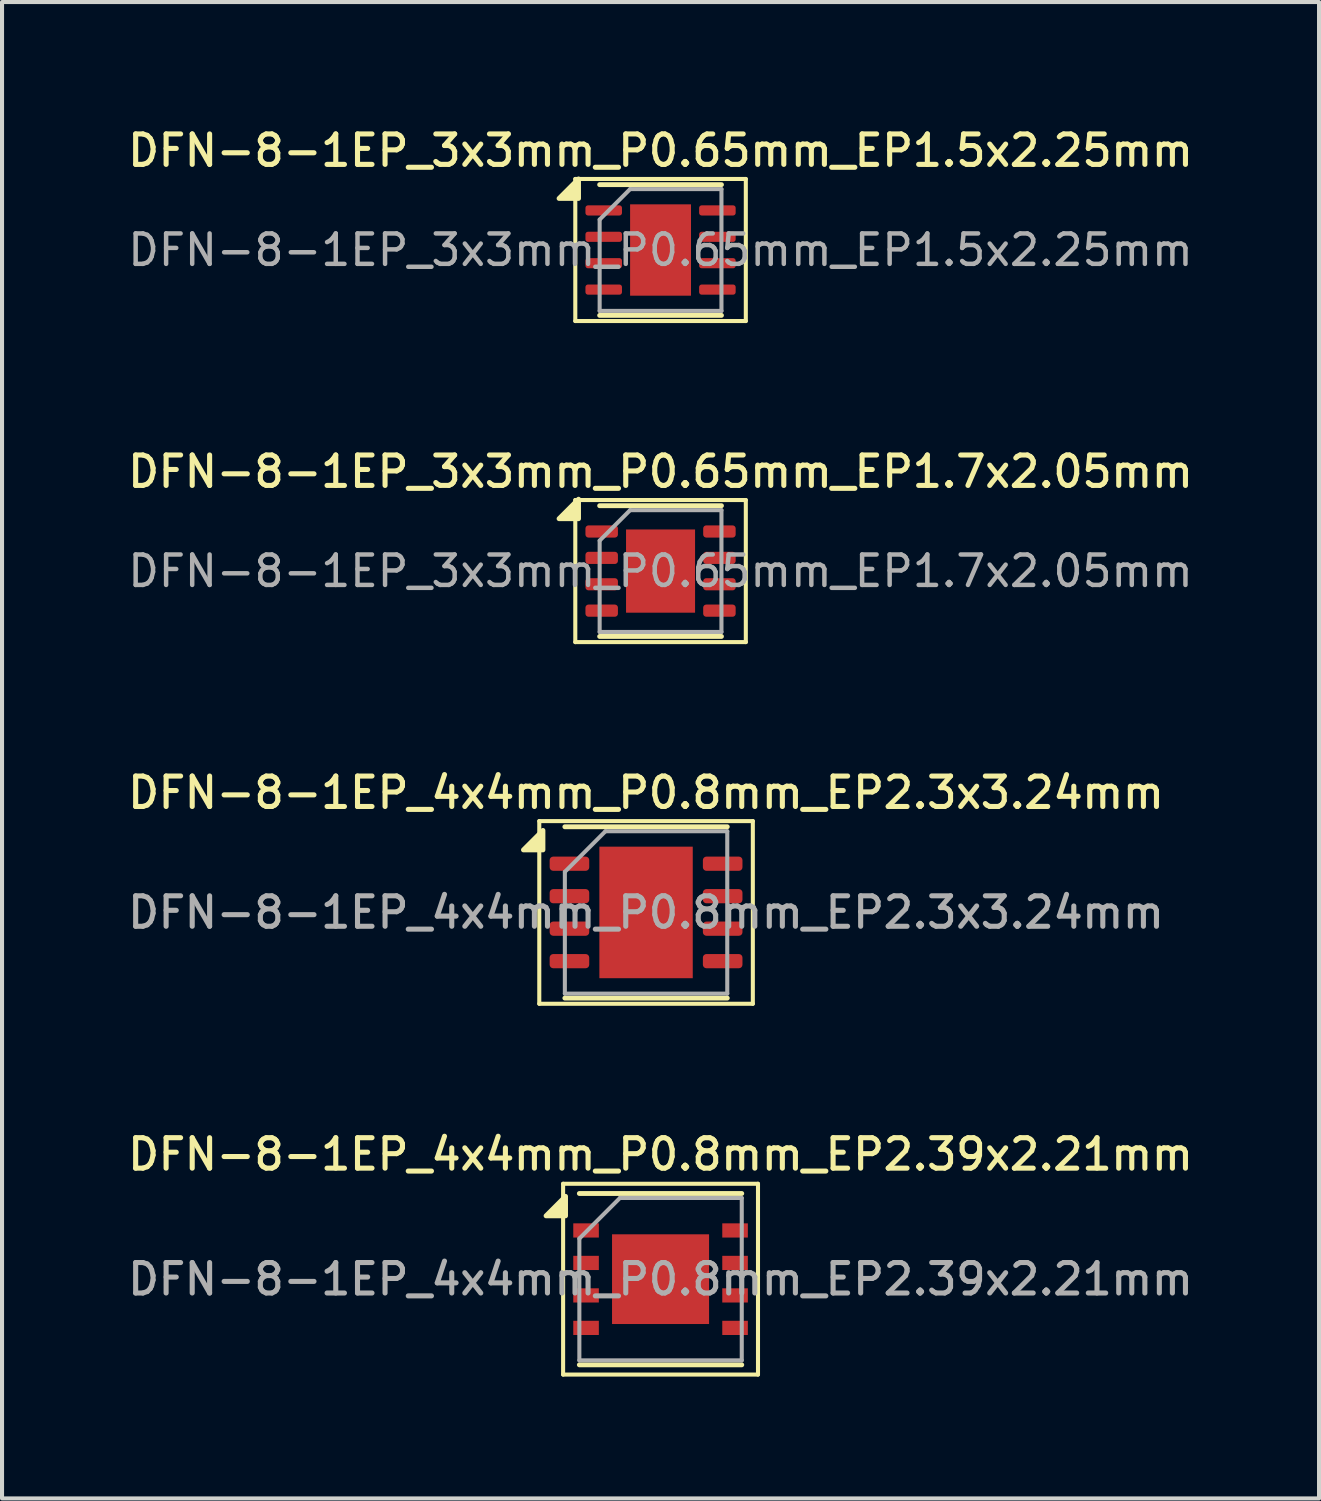
<source format=kicad_pcb>
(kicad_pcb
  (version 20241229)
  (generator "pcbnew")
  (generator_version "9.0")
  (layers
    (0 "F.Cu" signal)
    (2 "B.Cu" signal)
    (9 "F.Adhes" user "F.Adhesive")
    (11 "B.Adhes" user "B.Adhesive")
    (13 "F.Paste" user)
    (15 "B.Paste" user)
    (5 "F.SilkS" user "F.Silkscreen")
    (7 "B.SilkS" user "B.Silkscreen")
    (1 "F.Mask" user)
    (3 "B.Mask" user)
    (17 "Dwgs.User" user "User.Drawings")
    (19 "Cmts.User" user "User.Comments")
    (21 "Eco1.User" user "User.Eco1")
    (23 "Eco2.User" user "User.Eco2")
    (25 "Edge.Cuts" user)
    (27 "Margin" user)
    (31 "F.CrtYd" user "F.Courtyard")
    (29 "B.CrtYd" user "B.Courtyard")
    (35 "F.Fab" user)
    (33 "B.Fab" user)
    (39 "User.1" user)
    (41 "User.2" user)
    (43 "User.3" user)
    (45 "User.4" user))
  (footprint "DFN-8-1EP_4x4mm_P0.8mm_EP2.39x2.21mm"
    (layer "F.Cu")
    (at 13.22 28.457)
    (property "Reference" "DFN-8-1EP_4x4mm_P0.8mm_EP2.39x2.21mm" (at 0 -3.075 0) (layer "F.SilkS") (effects (font (size 0.75 0.75) (thickness 0.125))))
    (attr smd)
    (fp_line (start -2.4 -2.35) (end -2.4 2.35) (stroke (width 0.1) (type solid)) (layer "F.SilkS"))
    (fp_line (start -2.4 -2.35) (end 2.4 -2.35) (stroke (width 0.1) (type solid)) (layer "F.SilkS"))
    (fp_line (start -2.4 2.35) (end 2.4 2.35) (stroke (width 0.1) (type solid)) (layer "F.SilkS"))
    (fp_line (start -2 -2.11) (end 2 -2.11) (stroke (width 0.12) (type solid)) (layer "F.SilkS"))
    (fp_line (start -2 2.11) (end 2 2.11) (stroke (width 0.12) (type solid)) (layer "F.SilkS"))
    (fp_line (start 2.4 -2.35) (end 2.4 2.35) (stroke (width 0.1) (type solid)) (layer "F.SilkS"))
    (fp_poly (pts (xy -2.34 -1.56) (xy -2.82 -1.56) (xy -2.34 -2.04) (xy -2.34 -1.56)) (stroke (width 0.12) (type solid)) (fill yes) (layer "F.SilkS"))
    (fp_line (start -2 -1) (end -1 -2) (stroke (width 0.1) (type solid)) (layer "F.Fab"))
    (fp_line (start -2 2) (end -2 -1) (stroke (width 0.1) (type solid)) (layer "F.Fab"))
    (fp_line (start -1 -2) (end 2 -2) (stroke (width 0.1) (type solid)) (layer "F.Fab"))
    (fp_line (start 2 -2) (end 2 2) (stroke (width 0.1) (type solid)) (layer "F.Fab"))
    (fp_line (start 2 2) (end -2 2) (stroke (width 0.1) (type solid)) (layer "F.Fab"))
    (fp_text user "${REFERENCE}" (at 0 0 0) (layer "F.Fab") (effects (font (size 0.75 0.75) (thickness 0.125))))
    (pad "" smd rect (at -0.598 -0.552) (size 0.83 0.77) (layers "F.Paste"))
    (pad "" smd rect (at -0.598 0.552) (size 0.83 0.77) (layers "F.Paste"))
    (pad "" smd rect (at 0.598 -0.552) (size 0.83 0.77) (layers "F.Paste"))
    (pad "" smd rect (at 0.598 0.552) (size 0.83 0.77) (layers "F.Paste"))
    (pad "1" smd rect (at -1.835 -1.2) (size 0.63 0.35) (layers "F.Cu" "F.Mask" "F.Paste"))
    (pad "2" smd rect (at -1.835 -0.4) (size 0.63 0.35) (layers "F.Cu" "F.Mask" "F.Paste"))
    (pad "3" smd rect (at -1.835 0.4) (size 0.63 0.35) (layers "F.Cu" "F.Mask" "F.Paste"))
    (pad "4" smd rect (at -1.835 1.2) (size 0.63 0.35) (layers "F.Cu" "F.Mask" "F.Paste"))
    (pad "5" smd rect (at 1.835 1.2) (size 0.63 0.35) (layers "F.Cu" "F.Mask" "F.Paste"))
    (pad "6" smd rect (at 1.835 0.4) (size 0.63 0.35) (layers "F.Cu" "F.Mask" "F.Paste"))
    (pad "7" smd rect (at 1.835 -0.4) (size 0.63 0.35) (layers "F.Cu" "F.Mask" "F.Paste"))
    (pad "8" smd rect (at 1.835 -1.2) (size 0.63 0.35) (layers "F.Cu" "F.Mask" "F.Paste"))
    (pad "9" smd rect (at 0 0) (size 2.39 2.21) (layers "F.Cu" "F.Mask")))
  (footprint "DFN-8-1EP_4x4mm_P0.8mm_EP2.3x3.24mm"
    (layer "F.Cu")
    (at 12.863 19.424)
    (property "Reference" "DFN-8-1EP_4x4mm_P0.8mm_EP2.3x3.24mm" (at 0 -2.95 0) (layer "F.SilkS") (effects (font (size 0.75 0.75) (thickness 0.125))))
    (attr smd)
    (fp_line (start -2.63 -2.25) (end -2.63 2.25) (stroke (width 0.1) (type solid)) (layer "F.SilkS"))
    (fp_line (start -2.63 2.25) (end 2.63 2.25) (stroke (width 0.1) (type solid)) (layer "F.SilkS"))
    (fp_line (start -2 -2.11) (end 2 -2.11) (stroke (width 0.12) (type solid)) (layer "F.SilkS"))
    (fp_line (start -2 2.11) (end 2 2.11) (stroke (width 0.12) (type solid)) (layer "F.SilkS"))
    (fp_line (start 2.63 -2.25) (end -2.63 -2.25) (stroke (width 0.1) (type solid)) (layer "F.SilkS"))
    (fp_line (start 2.63 2.25) (end 2.63 -2.25) (stroke (width 0.1) (type solid)) (layer "F.SilkS"))
    (fp_poly (pts (xy -2.54 -1.54) (xy -3.02 -1.54) (xy -2.54 -2.02) (xy -2.54 -1.54)) (stroke (width 0.12) (type solid)) (fill yes) (layer "F.SilkS"))
    (fp_line (start -2 -1) (end -1 -2) (stroke (width 0.1) (type solid)) (layer "F.Fab"))
    (fp_line (start -2 2) (end -2 -1) (stroke (width 0.1) (type solid)) (layer "F.Fab"))
    (fp_line (start -1 -2) (end 2 -2) (stroke (width 0.1) (type solid)) (layer "F.Fab"))
    (fp_line (start 2 -2) (end 2 2) (stroke (width 0.1) (type solid)) (layer "F.Fab"))
    (fp_line (start 2 2) (end -2 2) (stroke (width 0.1) (type solid)) (layer "F.Fab"))
    (fp_text user "${REFERENCE}" (at 0 0 0) (layer "F.Fab") (effects (font (size 0.75 0.75) (thickness 0.125))))
    (pad "" smd roundrect (at -0.575 -0.81) (size 0.93 1.31) (layers "F.Paste") (roundrect_rratio 0.25))
    (pad "" smd roundrect (at -0.575 0.81) (size 0.93 1.31) (layers "F.Paste") (roundrect_rratio 0.25))
    (pad "" smd roundrect (at 0.575 -0.81) (size 0.93 1.31) (layers "F.Paste") (roundrect_rratio 0.25))
    (pad "" smd roundrect (at 0.575 0.81) (size 0.93 1.31) (layers "F.Paste") (roundrect_rratio 0.25))
    (pad "1" smd roundrect (at -1.887 -1.2) (size 0.975 0.35) (layers "F.Cu" "F.Mask" "F.Paste") (roundrect_rratio 0.25))
    (pad "2" smd roundrect (at -1.887 -0.4) (size 0.975 0.35) (layers "F.Cu" "F.Mask" "F.Paste") (roundrect_rratio 0.25))
    (pad "3" smd roundrect (at -1.887 0.4) (size 0.975 0.35) (layers "F.Cu" "F.Mask" "F.Paste") (roundrect_rratio 0.25))
    (pad "4" smd roundrect (at -1.887 1.2) (size 0.975 0.35) (layers "F.Cu" "F.Mask" "F.Paste") (roundrect_rratio 0.25))
    (pad "5" smd roundrect (at 1.887 1.2) (size 0.975 0.35) (layers "F.Cu" "F.Mask" "F.Paste") (roundrect_rratio 0.25))
    (pad "6" smd roundrect (at 1.887 0.4) (size 0.975 0.35) (layers "F.Cu" "F.Mask" "F.Paste") (roundrect_rratio 0.25))
    (pad "7" smd roundrect (at 1.887 -0.4) (size 0.975 0.35) (layers "F.Cu" "F.Mask" "F.Paste") (roundrect_rratio 0.25))
    (pad "8" smd roundrect (at 1.887 -1.2) (size 0.975 0.35) (layers "F.Cu" "F.Mask" "F.Paste") (roundrect_rratio 0.25))
    (pad "9" smd rect (at 0 0) (size 2.3 3.24) (property pad_prop_heatsink) (layers "F.Cu" "F.Mask")))
  (footprint "DFN-8-1EP_3x3mm_P0.65mm_EP1.7x2.05mm"
    (layer "F.Cu")
    (at 13.22 11.016)
    (property "Reference" "DFN-8-1EP_3x3mm_P0.65mm_EP1.7x2.05mm" (at 0 -2.45 0) (layer "F.SilkS") (effects (font (size 0.75 0.75) (thickness 0.125))))
    (attr smd)
    (fp_line (start -2.1 -1.75) (end -2.1 1.75) (stroke (width 0.1) (type solid)) (layer "F.SilkS"))
    (fp_line (start -2.1 1.75) (end 2.1 1.75) (stroke (width 0.1) (type solid)) (layer "F.SilkS"))
    (fp_line (start -1.5 -1.61) (end 1.5 -1.61) (stroke (width 0.12) (type solid)) (layer "F.SilkS"))
    (fp_line (start -1.5 1.61) (end 1.5 1.61) (stroke (width 0.12) (type solid)) (layer "F.SilkS"))
    (fp_line (start 2.1 -1.75) (end -2.1 -1.75) (stroke (width 0.1) (type solid)) (layer "F.SilkS"))
    (fp_line (start 2.1 1.75) (end 2.1 -1.75) (stroke (width 0.1) (type solid)) (layer "F.SilkS"))
    (fp_poly (pts (xy -2.02 -1.29) (xy -2.5 -1.29) (xy -2.02 -1.77) (xy -2.02 -1.29)) (stroke (width 0.12) (type solid)) (fill yes) (layer "F.SilkS"))
    (fp_line (start -1.5 -0.75) (end -0.75 -1.5) (stroke (width 0.1) (type solid)) (layer "F.Fab"))
    (fp_line (start -1.5 1.5) (end -1.5 -0.75) (stroke (width 0.1) (type solid)) (layer "F.Fab"))
    (fp_line (start -0.75 -1.5) (end 1.5 -1.5) (stroke (width 0.1) (type solid)) (layer "F.Fab"))
    (fp_line (start 1.5 -1.5) (end 1.5 1.5) (stroke (width 0.1) (type solid)) (layer "F.Fab"))
    (fp_line (start 1.5 1.5) (end -1.5 1.5) (stroke (width 0.1) (type solid)) (layer "F.Fab"))
    (fp_text user "${REFERENCE}" (at 0 0 0) (layer "F.Fab") (effects (font (size 0.75 0.75) (thickness 0.11))))
    (pad "" smd roundrect (at -0.425 -0.51) (size 0.69 0.83) (layers "F.Paste") (roundrect_rratio 0.25))
    (pad "" smd roundrect (at -0.425 0.51) (size 0.69 0.83) (layers "F.Paste") (roundrect_rratio 0.25))
    (pad "" smd roundrect (at 0.425 -0.51) (size 0.69 0.83) (layers "F.Paste") (roundrect_rratio 0.25))
    (pad "" smd roundrect (at 0.425 0.51) (size 0.69 0.83) (layers "F.Paste") (roundrect_rratio 0.25))
    (pad "1" smd roundrect (at -1.45 -0.975) (size 0.8 0.3) (layers "F.Cu" "F.Mask" "F.Paste") (roundrect_rratio 0.25))
    (pad "2" smd roundrect (at -1.45 -0.325) (size 0.8 0.3) (layers "F.Cu" "F.Mask" "F.Paste") (roundrect_rratio 0.25))
    (pad "3" smd roundrect (at -1.45 0.325) (size 0.8 0.3) (layers "F.Cu" "F.Mask" "F.Paste") (roundrect_rratio 0.25))
    (pad "4" smd roundrect (at -1.45 0.975) (size 0.8 0.3) (layers "F.Cu" "F.Mask" "F.Paste") (roundrect_rratio 0.25))
    (pad "5" smd roundrect (at 1.45 0.975) (size 0.8 0.3) (layers "F.Cu" "F.Mask" "F.Paste") (roundrect_rratio 0.25))
    (pad "6" smd roundrect (at 1.45 0.325) (size 0.8 0.3) (layers "F.Cu" "F.Mask" "F.Paste") (roundrect_rratio 0.25))
    (pad "7" smd roundrect (at 1.45 -0.325) (size 0.8 0.3) (layers "F.Cu" "F.Mask" "F.Paste") (roundrect_rratio 0.25))
    (pad "8" smd roundrect (at 1.45 -0.975) (size 0.8 0.3) (layers "F.Cu" "F.Mask" "F.Paste") (roundrect_rratio 0.25))
    (pad "9" smd rect (at 0 0) (size 1.7 2.05) (property pad_prop_heatsink) (layers "F.Cu" "F.Mask")))
  (footprint "DFN-8-1EP_3x3mm_P0.65mm_EP1.5x2.25mm"
    (layer "F.Cu")
    (at 13.22 3.108)
    (property "Reference" "DFN-8-1EP_3x3mm_P0.65mm_EP1.5x2.25mm" (at 0 -2.45 0) (layer "F.SilkS") (effects (font (size 0.75 0.75) (thickness 0.125))))
    (attr smd)
    (fp_line (start -2.1 -1.75) (end -2.1 1.75) (stroke (width 0.1) (type solid)) (layer "F.SilkS"))
    (fp_line (start -2.1 1.75) (end 2.1 1.75) (stroke (width 0.1) (type solid)) (layer "F.SilkS"))
    (fp_line (start -1.5 -1.61) (end 1.5 -1.61) (stroke (width 0.12) (type solid)) (layer "F.SilkS"))
    (fp_line (start -1.5 1.61) (end 1.5 1.61) (stroke (width 0.12) (type solid)) (layer "F.SilkS"))
    (fp_line (start 2.1 -1.75) (end -2.1 -1.75) (stroke (width 0.1) (type solid)) (layer "F.SilkS"))
    (fp_line (start 2.1 1.75) (end 2.1 -1.75) (stroke (width 0.1) (type solid)) (layer "F.SilkS"))
    (fp_poly (pts (xy -2.02 -1.27) (xy -2.5 -1.27) (xy -2.02 -1.75) (xy -2.02 -1.27)) (stroke (width 0.12) (type solid)) (fill yes) (layer "F.SilkS"))
    (fp_line (start -1.5 -0.75) (end -0.75 -1.5) (stroke (width 0.1) (type solid)) (layer "F.Fab"))
    (fp_line (start -1.5 1.5) (end -1.5 -0.75) (stroke (width 0.1) (type solid)) (layer "F.Fab"))
    (fp_line (start -0.75 -1.5) (end 1.5 -1.5) (stroke (width 0.1) (type solid)) (layer "F.Fab"))
    (fp_line (start 1.5 -1.5) (end 1.5 1.5) (stroke (width 0.1) (type solid)) (layer "F.Fab"))
    (fp_line (start 1.5 1.5) (end -1.5 1.5) (stroke (width 0.1) (type solid)) (layer "F.Fab"))
    (fp_text user "${REFERENCE}" (at 0 0 0) (layer "F.Fab") (effects (font (size 0.75 0.75) (thickness 0.11))))
    (pad "" smd roundrect (at -0.375 -0.56) (size 0.6 0.91) (layers "F.Paste") (roundrect_rratio 0.25))
    (pad "" smd roundrect (at -0.375 0.56) (size 0.6 0.91) (layers "F.Paste") (roundrect_rratio 0.25))
    (pad "" smd roundrect (at 0.375 -0.56) (size 0.6 0.91) (layers "F.Paste") (roundrect_rratio 0.25))
    (pad "" smd roundrect (at 0.375 0.56) (size 0.6 0.91) (layers "F.Paste") (roundrect_rratio 0.25))
    (pad "1" smd roundrect (at -1.4 -0.975) (size 0.9 0.25) (layers "F.Cu" "F.Mask" "F.Paste") (roundrect_rratio 0.25))
    (pad "2" smd roundrect (at -1.4 -0.325) (size 0.9 0.25) (layers "F.Cu" "F.Mask" "F.Paste") (roundrect_rratio 0.25))
    (pad "3" smd roundrect (at -1.4 0.325) (size 0.9 0.25) (layers "F.Cu" "F.Mask" "F.Paste") (roundrect_rratio 0.25))
    (pad "4" smd roundrect (at -1.4 0.975) (size 0.9 0.25) (layers "F.Cu" "F.Mask" "F.Paste") (roundrect_rratio 0.25))
    (pad "5" smd roundrect (at 1.4 0.975) (size 0.9 0.25) (layers "F.Cu" "F.Mask" "F.Paste") (roundrect_rratio 0.25))
    (pad "6" smd roundrect (at 1.4 0.325) (size 0.9 0.25) (layers "F.Cu" "F.Mask" "F.Paste") (roundrect_rratio 0.25))
    (pad "7" smd roundrect (at 1.4 -0.325) (size 0.9 0.25) (layers "F.Cu" "F.Mask" "F.Paste") (roundrect_rratio 0.25))
    (pad "8" smd roundrect (at 1.4 -0.975) (size 0.9 0.25) (layers "F.Cu" "F.Mask" "F.Paste") (roundrect_rratio 0.25))
    (pad "9" smd rect (at 0 0) (size 1.5 2.25) (property pad_prop_heatsink) (layers "F.Cu" "F.Mask")))
  (gr_rect
    (start -3 -3)
    (end 29.439 33.858)
    (stroke (width 0.1) (type default))
    (fill no)
    (layer "Edge.Cuts")))
</source>
